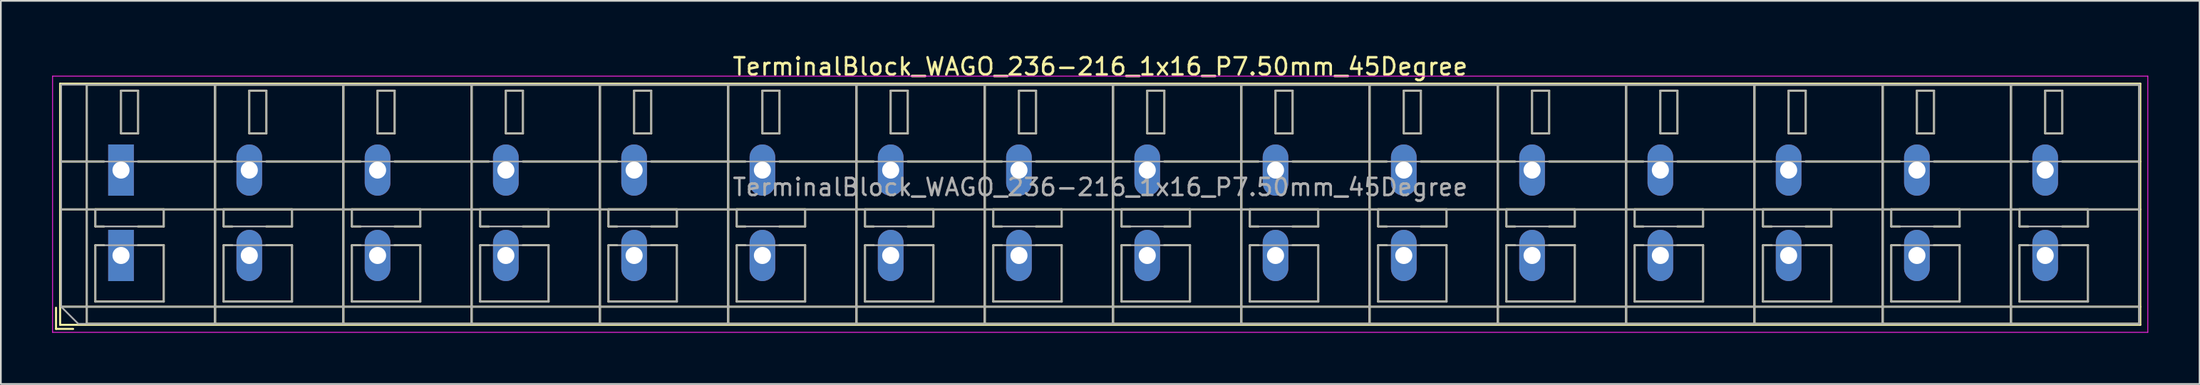
<source format=kicad_pcb>
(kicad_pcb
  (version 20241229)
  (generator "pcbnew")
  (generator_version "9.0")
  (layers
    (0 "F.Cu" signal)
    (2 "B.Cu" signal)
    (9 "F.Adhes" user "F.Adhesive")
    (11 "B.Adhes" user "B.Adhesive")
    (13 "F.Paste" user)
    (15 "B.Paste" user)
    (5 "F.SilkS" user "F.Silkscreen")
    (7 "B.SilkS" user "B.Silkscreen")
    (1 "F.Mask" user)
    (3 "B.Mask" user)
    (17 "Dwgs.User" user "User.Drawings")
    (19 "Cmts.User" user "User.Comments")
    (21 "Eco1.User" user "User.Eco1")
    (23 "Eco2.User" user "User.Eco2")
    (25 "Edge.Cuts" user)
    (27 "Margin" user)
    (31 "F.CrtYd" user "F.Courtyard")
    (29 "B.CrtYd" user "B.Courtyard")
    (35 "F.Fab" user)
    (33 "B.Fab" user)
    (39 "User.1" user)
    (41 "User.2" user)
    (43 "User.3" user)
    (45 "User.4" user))
  (footprint "TerminalBlock_WAGO_236-216_1x16_P7.50mm_45Degree"
    (layer "F.Cu")
    (at 4.025 11.908)
    (property "Reference" "TerminalBlock_WAGO_236-216_1x16_P7.50mm_45Degree" (at 57.25 -11.06 0) (layer "F.SilkS") (effects (font (size 1 1) (thickness 0.15))))
    (attr through_hole)
    (fp_line (start -3.8 3.06) (end -3.8 4.3) (stroke (width 0.12) (type solid)) (layer "F.SilkS"))
    (fp_line (start -3.8 4.3) (end -2.8 4.3) (stroke (width 0.12) (type solid)) (layer "F.SilkS"))
    (fp_line (start -3.56 -10.06) (end -3.56 4.06) (stroke (width 0.12) (type solid)) (layer "F.SilkS"))
    (fp_line (start -3.56 -10.06) (end 118.06 -10.06) (stroke (width 0.12) (type solid)) (layer "F.SilkS"))
    (fp_line (start -3.56 -5.5) (end -0.99 -5.5) (stroke (width 0.12) (type solid)) (layer "F.SilkS"))
    (fp_line (start -3.56 -2.7) (end 118.06 -2.7) (stroke (width 0.12) (type solid)) (layer "F.SilkS"))
    (fp_line (start -3.56 3) (end 118.06 3) (stroke (width 0.12) (type solid)) (layer "F.SilkS"))
    (fp_line (start -3.56 4.06) (end 118.06 4.06) (stroke (width 0.12) (type solid)) (layer "F.SilkS"))
    (fp_line (start -2 -10) (end -2 4) (stroke (width 0.12) (type solid)) (layer "F.SilkS"))
    (fp_line (start -2 -10) (end 5.5 -10) (stroke (width 0.12) (type solid)) (layer "F.SilkS"))
    (fp_line (start -2 4) (end 5.5 4) (stroke (width 0.12) (type solid)) (layer "F.SilkS"))
    (fp_line (start -1.5 -2.7) (end -1.5 -1.701) (stroke (width 0.12) (type solid)) (layer "F.SilkS"))
    (fp_line (start -1.5 -2.7) (end 2.5 -2.7) (stroke (width 0.12) (type solid)) (layer "F.SilkS"))
    (fp_line (start -1.5 -1.701) (end -0.99 -1.701) (stroke (width 0.12) (type solid)) (layer "F.SilkS"))
    (fp_line (start -1.5 -0.6) (end -1.5 2.7) (stroke (width 0.12) (type solid)) (layer "F.SilkS"))
    (fp_line (start -1.5 -0.6) (end -0.99 -0.6) (stroke (width 0.12) (type solid)) (layer "F.SilkS"))
    (fp_line (start -1.5 2.7) (end 2.5 2.7) (stroke (width 0.12) (type solid)) (layer "F.SilkS"))
    (fp_line (start 0 -9.65) (end 0 -7.15) (stroke (width 0.12) (type solid)) (layer "F.SilkS"))
    (fp_line (start 0 -9.65) (end 1 -9.65) (stroke (width 0.12) (type solid)) (layer "F.SilkS"))
    (fp_line (start 0 -7.15) (end 1 -7.15) (stroke (width 0.12) (type solid)) (layer "F.SilkS"))
    (fp_line (start 0.99 -5.5) (end 6.51 -5.5) (stroke (width 0.12) (type solid)) (layer "F.SilkS"))
    (fp_line (start 0.99 -1.701) (end 2.5 -1.701) (stroke (width 0.12) (type solid)) (layer "F.SilkS"))
    (fp_line (start 0.99 -0.6) (end 2.5 -0.6) (stroke (width 0.12) (type solid)) (layer "F.SilkS"))
    (fp_line (start 1 -9.65) (end 1 -7.15) (stroke (width 0.12) (type solid)) (layer "F.SilkS"))
    (fp_line (start 2.5 -2.7) (end 2.5 -1.701) (stroke (width 0.12) (type solid)) (layer "F.SilkS"))
    (fp_line (start 2.5 -0.6) (end 2.5 2.7) (stroke (width 0.12) (type solid)) (layer "F.SilkS"))
    (fp_line (start 5.5 -10) (end 5.5 4) (stroke (width 0.12) (type solid)) (layer "F.SilkS"))
    (fp_line (start 5.5 -10) (end 5.5 4) (stroke (width 0.12) (type solid)) (layer "F.SilkS"))
    (fp_line (start 5.5 -10) (end 13 -10) (stroke (width 0.12) (type solid)) (layer "F.SilkS"))
    (fp_line (start 5.5 4) (end 13 4) (stroke (width 0.12) (type solid)) (layer "F.SilkS"))
    (fp_line (start 6 -2.7) (end 6 -1.701) (stroke (width 0.12) (type solid)) (layer "F.SilkS"))
    (fp_line (start 6 -2.7) (end 10 -2.7) (stroke (width 0.12) (type solid)) (layer "F.SilkS"))
    (fp_line (start 6 -1.701) (end 6.51 -1.701) (stroke (width 0.12) (type solid)) (layer "F.SilkS"))
    (fp_line (start 6 -0.6) (end 6 2.7) (stroke (width 0.12) (type solid)) (layer "F.SilkS"))
    (fp_line (start 6 -0.6) (end 6.51 -0.6) (stroke (width 0.12) (type solid)) (layer "F.SilkS"))
    (fp_line (start 6 2.7) (end 10 2.7) (stroke (width 0.12) (type solid)) (layer "F.SilkS"))
    (fp_line (start 7.5 -9.65) (end 7.5 -7.15) (stroke (width 0.12) (type solid)) (layer "F.SilkS"))
    (fp_line (start 7.5 -9.65) (end 8.5 -9.65) (stroke (width 0.12) (type solid)) (layer "F.SilkS"))
    (fp_line (start 7.5 -7.15) (end 8.5 -7.15) (stroke (width 0.12) (type solid)) (layer "F.SilkS"))
    (fp_line (start 8.49 -5.5) (end 14.01 -5.5) (stroke (width 0.12) (type solid)) (layer "F.SilkS"))
    (fp_line (start 8.49 -1.701) (end 10 -1.701) (stroke (width 0.12) (type solid)) (layer "F.SilkS"))
    (fp_line (start 8.49 -0.6) (end 10 -0.6) (stroke (width 0.12) (type solid)) (layer "F.SilkS"))
    (fp_line (start 8.5 -9.65) (end 8.5 -7.15) (stroke (width 0.12) (type solid)) (layer "F.SilkS"))
    (fp_line (start 10 -2.7) (end 10 -1.701) (stroke (width 0.12) (type solid)) (layer "F.SilkS"))
    (fp_line (start 10 -0.6) (end 10 2.7) (stroke (width 0.12) (type solid)) (layer "F.SilkS"))
    (fp_line (start 13 -10) (end 13 4) (stroke (width 0.12) (type solid)) (layer "F.SilkS"))
    (fp_line (start 13 -10) (end 13 4) (stroke (width 0.12) (type solid)) (layer "F.SilkS"))
    (fp_line (start 13 -10) (end 20.5 -10) (stroke (width 0.12) (type solid)) (layer "F.SilkS"))
    (fp_line (start 13 4) (end 20.5 4) (stroke (width 0.12) (type solid)) (layer "F.SilkS"))
    (fp_line (start 13.5 -2.7) (end 13.5 -1.701) (stroke (width 0.12) (type solid)) (layer "F.SilkS"))
    (fp_line (start 13.5 -2.7) (end 17.5 -2.7) (stroke (width 0.12) (type solid)) (layer "F.SilkS"))
    (fp_line (start 13.5 -1.701) (end 14.01 -1.701) (stroke (width 0.12) (type solid)) (layer "F.SilkS"))
    (fp_line (start 13.5 -0.6) (end 13.5 2.7) (stroke (width 0.12) (type solid)) (layer "F.SilkS"))
    (fp_line (start 13.5 -0.6) (end 14.01 -0.6) (stroke (width 0.12) (type solid)) (layer "F.SilkS"))
    (fp_line (start 13.5 2.7) (end 17.5 2.7) (stroke (width 0.12) (type solid)) (layer "F.SilkS"))
    (fp_line (start 15 -9.65) (end 15 -7.15) (stroke (width 0.12) (type solid)) (layer "F.SilkS"))
    (fp_line (start 15 -9.65) (end 16 -9.65) (stroke (width 0.12) (type solid)) (layer "F.SilkS"))
    (fp_line (start 15 -7.15) (end 16 -7.15) (stroke (width 0.12) (type solid)) (layer "F.SilkS"))
    (fp_line (start 15.99 -5.5) (end 21.51 -5.5) (stroke (width 0.12) (type solid)) (layer "F.SilkS"))
    (fp_line (start 15.99 -1.701) (end 17.5 -1.701) (stroke (width 0.12) (type solid)) (layer "F.SilkS"))
    (fp_line (start 15.99 -0.6) (end 17.5 -0.6) (stroke (width 0.12) (type solid)) (layer "F.SilkS"))
    (fp_line (start 16 -9.65) (end 16 -7.15) (stroke (width 0.12) (type solid)) (layer "F.SilkS"))
    (fp_line (start 17.5 -2.7) (end 17.5 -1.701) (stroke (width 0.12) (type solid)) (layer "F.SilkS"))
    (fp_line (start 17.5 -0.6) (end 17.5 2.7) (stroke (width 0.12) (type solid)) (layer "F.SilkS"))
    (fp_line (start 20.5 -10) (end 20.5 4) (stroke (width 0.12) (type solid)) (layer "F.SilkS"))
    (fp_line (start 20.5 -10) (end 20.5 4) (stroke (width 0.12) (type solid)) (layer "F.SilkS"))
    (fp_line (start 20.5 -10) (end 28 -10) (stroke (width 0.12) (type solid)) (layer "F.SilkS"))
    (fp_line (start 20.5 4) (end 28 4) (stroke (width 0.12) (type solid)) (layer "F.SilkS"))
    (fp_line (start 21 -2.7) (end 21 -1.701) (stroke (width 0.12) (type solid)) (layer "F.SilkS"))
    (fp_line (start 21 -2.7) (end 25 -2.7) (stroke (width 0.12) (type solid)) (layer "F.SilkS"))
    (fp_line (start 21 -1.701) (end 21.51 -1.701) (stroke (width 0.12) (type solid)) (layer "F.SilkS"))
    (fp_line (start 21 -0.6) (end 21 2.7) (stroke (width 0.12) (type solid)) (layer "F.SilkS"))
    (fp_line (start 21 -0.6) (end 21.51 -0.6) (stroke (width 0.12) (type solid)) (layer "F.SilkS"))
    (fp_line (start 21 2.7) (end 25 2.7) (stroke (width 0.12) (type solid)) (layer "F.SilkS"))
    (fp_line (start 22.5 -9.65) (end 22.5 -7.15) (stroke (width 0.12) (type solid)) (layer "F.SilkS"))
    (fp_line (start 22.5 -9.65) (end 23.5 -9.65) (stroke (width 0.12) (type solid)) (layer "F.SilkS"))
    (fp_line (start 22.5 -7.15) (end 23.5 -7.15) (stroke (width 0.12) (type solid)) (layer "F.SilkS"))
    (fp_line (start 23.49 -5.5) (end 29.01 -5.5) (stroke (width 0.12) (type solid)) (layer "F.SilkS"))
    (fp_line (start 23.49 -1.701) (end 25 -1.701) (stroke (width 0.12) (type solid)) (layer "F.SilkS"))
    (fp_line (start 23.49 -0.6) (end 25 -0.6) (stroke (width 0.12) (type solid)) (layer "F.SilkS"))
    (fp_line (start 23.5 -9.65) (end 23.5 -7.15) (stroke (width 0.12) (type solid)) (layer "F.SilkS"))
    (fp_line (start 25 -2.7) (end 25 -1.701) (stroke (width 0.12) (type solid)) (layer "F.SilkS"))
    (fp_line (start 25 -0.6) (end 25 2.7) (stroke (width 0.12) (type solid)) (layer "F.SilkS"))
    (fp_line (start 28 -10) (end 28 4) (stroke (width 0.12) (type solid)) (layer "F.SilkS"))
    (fp_line (start 28 -10) (end 28 4) (stroke (width 0.12) (type solid)) (layer "F.SilkS"))
    (fp_line (start 28 -10) (end 35.5 -10) (stroke (width 0.12) (type solid)) (layer "F.SilkS"))
    (fp_line (start 28 4) (end 35.5 4) (stroke (width 0.12) (type solid)) (layer "F.SilkS"))
    (fp_line (start 28.5 -2.7) (end 28.5 -1.701) (stroke (width 0.12) (type solid)) (layer "F.SilkS"))
    (fp_line (start 28.5 -2.7) (end 32.5 -2.7) (stroke (width 0.12) (type solid)) (layer "F.SilkS"))
    (fp_line (start 28.5 -1.701) (end 29.01 -1.701) (stroke (width 0.12) (type solid)) (layer "F.SilkS"))
    (fp_line (start 28.5 -0.6) (end 28.5 2.7) (stroke (width 0.12) (type solid)) (layer "F.SilkS"))
    (fp_line (start 28.5 -0.6) (end 29.01 -0.6) (stroke (width 0.12) (type solid)) (layer "F.SilkS"))
    (fp_line (start 28.5 2.7) (end 32.5 2.7) (stroke (width 0.12) (type solid)) (layer "F.SilkS"))
    (fp_line (start 30 -9.65) (end 30 -7.15) (stroke (width 0.12) (type solid)) (layer "F.SilkS"))
    (fp_line (start 30 -9.65) (end 31 -9.65) (stroke (width 0.12) (type solid)) (layer "F.SilkS"))
    (fp_line (start 30 -7.15) (end 31 -7.15) (stroke (width 0.12) (type solid)) (layer "F.SilkS"))
    (fp_line (start 30.99 -5.5) (end 36.51 -5.5) (stroke (width 0.12) (type solid)) (layer "F.SilkS"))
    (fp_line (start 30.99 -1.701) (end 32.5 -1.701) (stroke (width 0.12) (type solid)) (layer "F.SilkS"))
    (fp_line (start 30.99 -0.6) (end 32.5 -0.6) (stroke (width 0.12) (type solid)) (layer "F.SilkS"))
    (fp_line (start 31 -9.65) (end 31 -7.15) (stroke (width 0.12) (type solid)) (layer "F.SilkS"))
    (fp_line (start 32.5 -2.7) (end 32.5 -1.701) (stroke (width 0.12) (type solid)) (layer "F.SilkS"))
    (fp_line (start 32.5 -0.6) (end 32.5 2.7) (stroke (width 0.12) (type solid)) (layer "F.SilkS"))
    (fp_line (start 35.5 -10) (end 35.5 4) (stroke (width 0.12) (type solid)) (layer "F.SilkS"))
    (fp_line (start 35.5 -10) (end 35.5 4) (stroke (width 0.12) (type solid)) (layer "F.SilkS"))
    (fp_line (start 35.5 -10) (end 43 -10) (stroke (width 0.12) (type solid)) (layer "F.SilkS"))
    (fp_line (start 35.5 4) (end 43 4) (stroke (width 0.12) (type solid)) (layer "F.SilkS"))
    (fp_line (start 36 -2.7) (end 36 -1.701) (stroke (width 0.12) (type solid)) (layer "F.SilkS"))
    (fp_line (start 36 -2.7) (end 40 -2.7) (stroke (width 0.12) (type solid)) (layer "F.SilkS"))
    (fp_line (start 36 -1.701) (end 36.51 -1.701) (stroke (width 0.12) (type solid)) (layer "F.SilkS"))
    (fp_line (start 36 -0.6) (end 36 2.7) (stroke (width 0.12) (type solid)) (layer "F.SilkS"))
    (fp_line (start 36 -0.6) (end 36.51 -0.6) (stroke (width 0.12) (type solid)) (layer "F.SilkS"))
    (fp_line (start 36 2.7) (end 40 2.7) (stroke (width 0.12) (type solid)) (layer "F.SilkS"))
    (fp_line (start 37.5 -9.65) (end 37.5 -7.15) (stroke (width 0.12) (type solid)) (layer "F.SilkS"))
    (fp_line (start 37.5 -9.65) (end 38.5 -9.65) (stroke (width 0.12) (type solid)) (layer "F.SilkS"))
    (fp_line (start 37.5 -7.15) (end 38.5 -7.15) (stroke (width 0.12) (type solid)) (layer "F.SilkS"))
    (fp_line (start 38.49 -5.5) (end 44.01 -5.5) (stroke (width 0.12) (type solid)) (layer "F.SilkS"))
    (fp_line (start 38.49 -1.701) (end 40 -1.701) (stroke (width 0.12) (type solid)) (layer "F.SilkS"))
    (fp_line (start 38.49 -0.6) (end 40 -0.6) (stroke (width 0.12) (type solid)) (layer "F.SilkS"))
    (fp_line (start 38.5 -9.65) (end 38.5 -7.15) (stroke (width 0.12) (type solid)) (layer "F.SilkS"))
    (fp_line (start 40 -2.7) (end 40 -1.701) (stroke (width 0.12) (type solid)) (layer "F.SilkS"))
    (fp_line (start 40 -0.6) (end 40 2.7) (stroke (width 0.12) (type solid)) (layer "F.SilkS"))
    (fp_line (start 43 -10) (end 43 4) (stroke (width 0.12) (type solid)) (layer "F.SilkS"))
    (fp_line (start 43 -10) (end 43 4) (stroke (width 0.12) (type solid)) (layer "F.SilkS"))
    (fp_line (start 43 -10) (end 50.5 -10) (stroke (width 0.12) (type solid)) (layer "F.SilkS"))
    (fp_line (start 43 4) (end 50.5 4) (stroke (width 0.12) (type solid)) (layer "F.SilkS"))
    (fp_line (start 43.5 -2.7) (end 43.5 -1.701) (stroke (width 0.12) (type solid)) (layer "F.SilkS"))
    (fp_line (start 43.5 -2.7) (end 47.5 -2.7) (stroke (width 0.12) (type solid)) (layer "F.SilkS"))
    (fp_line (start 43.5 -1.701) (end 44.01 -1.701) (stroke (width 0.12) (type solid)) (layer "F.SilkS"))
    (fp_line (start 43.5 -0.6) (end 43.5 2.7) (stroke (width 0.12) (type solid)) (layer "F.SilkS"))
    (fp_line (start 43.5 -0.6) (end 44.01 -0.6) (stroke (width 0.12) (type solid)) (layer "F.SilkS"))
    (fp_line (start 43.5 2.7) (end 47.5 2.7) (stroke (width 0.12) (type solid)) (layer "F.SilkS"))
    (fp_line (start 45 -9.65) (end 45 -7.15) (stroke (width 0.12) (type solid)) (layer "F.SilkS"))
    (fp_line (start 45 -9.65) (end 46 -9.65) (stroke (width 0.12) (type solid)) (layer "F.SilkS"))
    (fp_line (start 45 -7.15) (end 46 -7.15) (stroke (width 0.12) (type solid)) (layer "F.SilkS"))
    (fp_line (start 45.99 -5.5) (end 51.51 -5.5) (stroke (width 0.12) (type solid)) (layer "F.SilkS"))
    (fp_line (start 45.99 -1.701) (end 47.5 -1.701) (stroke (width 0.12) (type solid)) (layer "F.SilkS"))
    (fp_line (start 45.99 -0.6) (end 47.5 -0.6) (stroke (width 0.12) (type solid)) (layer "F.SilkS"))
    (fp_line (start 46 -9.65) (end 46 -7.15) (stroke (width 0.12) (type solid)) (layer "F.SilkS"))
    (fp_line (start 47.5 -2.7) (end 47.5 -1.701) (stroke (width 0.12) (type solid)) (layer "F.SilkS"))
    (fp_line (start 47.5 -0.6) (end 47.5 2.7) (stroke (width 0.12) (type solid)) (layer "F.SilkS"))
    (fp_line (start 50.5 -10) (end 50.5 4) (stroke (width 0.12) (type solid)) (layer "F.SilkS"))
    (fp_line (start 50.5 -10) (end 50.5 4) (stroke (width 0.12) (type solid)) (layer "F.SilkS"))
    (fp_line (start 50.5 -10) (end 58 -10) (stroke (width 0.12) (type solid)) (layer "F.SilkS"))
    (fp_line (start 50.5 4) (end 58 4) (stroke (width 0.12) (type solid)) (layer "F.SilkS"))
    (fp_line (start 51 -2.7) (end 51 -1.701) (stroke (width 0.12) (type solid)) (layer "F.SilkS"))
    (fp_line (start 51 -2.7) (end 55 -2.7) (stroke (width 0.12) (type solid)) (layer "F.SilkS"))
    (fp_line (start 51 -1.701) (end 51.51 -1.701) (stroke (width 0.12) (type solid)) (layer "F.SilkS"))
    (fp_line (start 51 -0.6) (end 51 2.7) (stroke (width 0.12) (type solid)) (layer "F.SilkS"))
    (fp_line (start 51 -0.6) (end 51.51 -0.6) (stroke (width 0.12) (type solid)) (layer "F.SilkS"))
    (fp_line (start 51 2.7) (end 55 2.7) (stroke (width 0.12) (type solid)) (layer "F.SilkS"))
    (fp_line (start 52.5 -9.65) (end 52.5 -7.15) (stroke (width 0.12) (type solid)) (layer "F.SilkS"))
    (fp_line (start 52.5 -9.65) (end 53.5 -9.65) (stroke (width 0.12) (type solid)) (layer "F.SilkS"))
    (fp_line (start 52.5 -7.15) (end 53.5 -7.15) (stroke (width 0.12) (type solid)) (layer "F.SilkS"))
    (fp_line (start 53.49 -5.5) (end 59.01 -5.5) (stroke (width 0.12) (type solid)) (layer "F.SilkS"))
    (fp_line (start 53.49 -1.701) (end 55 -1.701) (stroke (width 0.12) (type solid)) (layer "F.SilkS"))
    (fp_line (start 53.49 -0.6) (end 55 -0.6) (stroke (width 0.12) (type solid)) (layer "F.SilkS"))
    (fp_line (start 53.5 -9.65) (end 53.5 -7.15) (stroke (width 0.12) (type solid)) (layer "F.SilkS"))
    (fp_line (start 55 -2.7) (end 55 -1.701) (stroke (width 0.12) (type solid)) (layer "F.SilkS"))
    (fp_line (start 55 -0.6) (end 55 2.7) (stroke (width 0.12) (type solid)) (layer "F.SilkS"))
    (fp_line (start 58 -10) (end 58 4) (stroke (width 0.12) (type solid)) (layer "F.SilkS"))
    (fp_line (start 58 -10) (end 58 4) (stroke (width 0.12) (type solid)) (layer "F.SilkS"))
    (fp_line (start 58 -10) (end 65.5 -10) (stroke (width 0.12) (type solid)) (layer "F.SilkS"))
    (fp_line (start 58 4) (end 65.5 4) (stroke (width 0.12) (type solid)) (layer "F.SilkS"))
    (fp_line (start 58.5 -2.7) (end 58.5 -1.701) (stroke (width 0.12) (type solid)) (layer "F.SilkS"))
    (fp_line (start 58.5 -2.7) (end 62.5 -2.7) (stroke (width 0.12) (type solid)) (layer "F.SilkS"))
    (fp_line (start 58.5 -1.701) (end 59.01 -1.701) (stroke (width 0.12) (type solid)) (layer "F.SilkS"))
    (fp_line (start 58.5 -0.6) (end 58.5 2.7) (stroke (width 0.12) (type solid)) (layer "F.SilkS"))
    (fp_line (start 58.5 -0.6) (end 59.01 -0.6) (stroke (width 0.12) (type solid)) (layer "F.SilkS"))
    (fp_line (start 58.5 2.7) (end 62.5 2.7) (stroke (width 0.12) (type solid)) (layer "F.SilkS"))
    (fp_line (start 60 -9.65) (end 60 -7.15) (stroke (width 0.12) (type solid)) (layer "F.SilkS"))
    (fp_line (start 60 -9.65) (end 61 -9.65) (stroke (width 0.12) (type solid)) (layer "F.SilkS"))
    (fp_line (start 60 -7.15) (end 61 -7.15) (stroke (width 0.12) (type solid)) (layer "F.SilkS"))
    (fp_line (start 60.99 -5.5) (end 66.51 -5.5) (stroke (width 0.12) (type solid)) (layer "F.SilkS"))
    (fp_line (start 60.99 -1.701) (end 62.5 -1.701) (stroke (width 0.12) (type solid)) (layer "F.SilkS"))
    (fp_line (start 60.99 -0.6) (end 62.5 -0.6) (stroke (width 0.12) (type solid)) (layer "F.SilkS"))
    (fp_line (start 61 -9.65) (end 61 -7.15) (stroke (width 0.12) (type solid)) (layer "F.SilkS"))
    (fp_line (start 62.5 -2.7) (end 62.5 -1.701) (stroke (width 0.12) (type solid)) (layer "F.SilkS"))
    (fp_line (start 62.5 -0.6) (end 62.5 2.7) (stroke (width 0.12) (type solid)) (layer "F.SilkS"))
    (fp_line (start 65.5 -10) (end 65.5 4) (stroke (width 0.12) (type solid)) (layer "F.SilkS"))
    (fp_line (start 65.5 -10) (end 65.5 4) (stroke (width 0.12) (type solid)) (layer "F.SilkS"))
    (fp_line (start 65.5 -10) (end 73 -10) (stroke (width 0.12) (type solid)) (layer "F.SilkS"))
    (fp_line (start 65.5 4) (end 73 4) (stroke (width 0.12) (type solid)) (layer "F.SilkS"))
    (fp_line (start 66 -2.7) (end 66 -1.701) (stroke (width 0.12) (type solid)) (layer "F.SilkS"))
    (fp_line (start 66 -2.7) (end 70 -2.7) (stroke (width 0.12) (type solid)) (layer "F.SilkS"))
    (fp_line (start 66 -1.701) (end 66.51 -1.701) (stroke (width 0.12) (type solid)) (layer "F.SilkS"))
    (fp_line (start 66 -0.6) (end 66 2.7) (stroke (width 0.12) (type solid)) (layer "F.SilkS"))
    (fp_line (start 66 -0.6) (end 66.51 -0.6) (stroke (width 0.12) (type solid)) (layer "F.SilkS"))
    (fp_line (start 66 2.7) (end 70 2.7) (stroke (width 0.12) (type solid)) (layer "F.SilkS"))
    (fp_line (start 67.5 -9.65) (end 67.5 -7.15) (stroke (width 0.12) (type solid)) (layer "F.SilkS"))
    (fp_line (start 67.5 -9.65) (end 68.5 -9.65) (stroke (width 0.12) (type solid)) (layer "F.SilkS"))
    (fp_line (start 67.5 -7.15) (end 68.5 -7.15) (stroke (width 0.12) (type solid)) (layer "F.SilkS"))
    (fp_line (start 68.49 -5.5) (end 74.01 -5.5) (stroke (width 0.12) (type solid)) (layer "F.SilkS"))
    (fp_line (start 68.49 -1.701) (end 70 -1.701) (stroke (width 0.12) (type solid)) (layer "F.SilkS"))
    (fp_line (start 68.49 -0.6) (end 70 -0.6) (stroke (width 0.12) (type solid)) (layer "F.SilkS"))
    (fp_line (start 68.5 -9.65) (end 68.5 -7.15) (stroke (width 0.12) (type solid)) (layer "F.SilkS"))
    (fp_line (start 70 -2.7) (end 70 -1.701) (stroke (width 0.12) (type solid)) (layer "F.SilkS"))
    (fp_line (start 70 -0.6) (end 70 2.7) (stroke (width 0.12) (type solid)) (layer "F.SilkS"))
    (fp_line (start 73 -10) (end 73 4) (stroke (width 0.12) (type solid)) (layer "F.SilkS"))
    (fp_line (start 73 -10) (end 73 4) (stroke (width 0.12) (type solid)) (layer "F.SilkS"))
    (fp_line (start 73 -10) (end 80.5 -10) (stroke (width 0.12) (type solid)) (layer "F.SilkS"))
    (fp_line (start 73 4) (end 80.5 4) (stroke (width 0.12) (type solid)) (layer "F.SilkS"))
    (fp_line (start 73.5 -2.7) (end 73.5 -1.701) (stroke (width 0.12) (type solid)) (layer "F.SilkS"))
    (fp_line (start 73.5 -2.7) (end 77.5 -2.7) (stroke (width 0.12) (type solid)) (layer "F.SilkS"))
    (fp_line (start 73.5 -1.701) (end 74.01 -1.701) (stroke (width 0.12) (type solid)) (layer "F.SilkS"))
    (fp_line (start 73.5 -0.6) (end 73.5 2.7) (stroke (width 0.12) (type solid)) (layer "F.SilkS"))
    (fp_line (start 73.5 -0.6) (end 74.01 -0.6) (stroke (width 0.12) (type solid)) (layer "F.SilkS"))
    (fp_line (start 73.5 2.7) (end 77.5 2.7) (stroke (width 0.12) (type solid)) (layer "F.SilkS"))
    (fp_line (start 75 -9.65) (end 75 -7.15) (stroke (width 0.12) (type solid)) (layer "F.SilkS"))
    (fp_line (start 75 -9.65) (end 76 -9.65) (stroke (width 0.12) (type solid)) (layer "F.SilkS"))
    (fp_line (start 75 -7.15) (end 76 -7.15) (stroke (width 0.12) (type solid)) (layer "F.SilkS"))
    (fp_line (start 75.99 -5.5) (end 81.51 -5.5) (stroke (width 0.12) (type solid)) (layer "F.SilkS"))
    (fp_line (start 75.99 -1.701) (end 77.5 -1.701) (stroke (width 0.12) (type solid)) (layer "F.SilkS"))
    (fp_line (start 75.99 -0.6) (end 77.5 -0.6) (stroke (width 0.12) (type solid)) (layer "F.SilkS"))
    (fp_line (start 76 -9.65) (end 76 -7.15) (stroke (width 0.12) (type solid)) (layer "F.SilkS"))
    (fp_line (start 77.5 -2.7) (end 77.5 -1.701) (stroke (width 0.12) (type solid)) (layer "F.SilkS"))
    (fp_line (start 77.5 -0.6) (end 77.5 2.7) (stroke (width 0.12) (type solid)) (layer "F.SilkS"))
    (fp_line (start 80.5 -10) (end 80.5 4) (stroke (width 0.12) (type solid)) (layer "F.SilkS"))
    (fp_line (start 80.5 -10) (end 80.5 4) (stroke (width 0.12) (type solid)) (layer "F.SilkS"))
    (fp_line (start 80.5 -10) (end 88 -10) (stroke (width 0.12) (type solid)) (layer "F.SilkS"))
    (fp_line (start 80.5 4) (end 88 4) (stroke (width 0.12) (type solid)) (layer "F.SilkS"))
    (fp_line (start 81 -2.7) (end 81 -1.701) (stroke (width 0.12) (type solid)) (layer "F.SilkS"))
    (fp_line (start 81 -2.7) (end 85 -2.7) (stroke (width 0.12) (type solid)) (layer "F.SilkS"))
    (fp_line (start 81 -1.701) (end 81.51 -1.701) (stroke (width 0.12) (type solid)) (layer "F.SilkS"))
    (fp_line (start 81 -0.6) (end 81 2.7) (stroke (width 0.12) (type solid)) (layer "F.SilkS"))
    (fp_line (start 81 -0.6) (end 81.51 -0.6) (stroke (width 0.12) (type solid)) (layer "F.SilkS"))
    (fp_line (start 81 2.7) (end 85 2.7) (stroke (width 0.12) (type solid)) (layer "F.SilkS"))
    (fp_line (start 82.5 -9.65) (end 82.5 -7.15) (stroke (width 0.12) (type solid)) (layer "F.SilkS"))
    (fp_line (start 82.5 -9.65) (end 83.5 -9.65) (stroke (width 0.12) (type solid)) (layer "F.SilkS"))
    (fp_line (start 82.5 -7.15) (end 83.5 -7.15) (stroke (width 0.12) (type solid)) (layer "F.SilkS"))
    (fp_line (start 83.49 -5.5) (end 89.01 -5.5) (stroke (width 0.12) (type solid)) (layer "F.SilkS"))
    (fp_line (start 83.49 -1.701) (end 85 -1.701) (stroke (width 0.12) (type solid)) (layer "F.SilkS"))
    (fp_line (start 83.49 -0.6) (end 85 -0.6) (stroke (width 0.12) (type solid)) (layer "F.SilkS"))
    (fp_line (start 83.5 -9.65) (end 83.5 -7.15) (stroke (width 0.12) (type solid)) (layer "F.SilkS"))
    (fp_line (start 85 -2.7) (end 85 -1.701) (stroke (width 0.12) (type solid)) (layer "F.SilkS"))
    (fp_line (start 85 -0.6) (end 85 2.7) (stroke (width 0.12) (type solid)) (layer "F.SilkS"))
    (fp_line (start 88 -10) (end 88 4) (stroke (width 0.12) (type solid)) (layer "F.SilkS"))
    (fp_line (start 88 -10) (end 88 4) (stroke (width 0.12) (type solid)) (layer "F.SilkS"))
    (fp_line (start 88 -10) (end 95.5 -10) (stroke (width 0.12) (type solid)) (layer "F.SilkS"))
    (fp_line (start 88 4) (end 95.5 4) (stroke (width 0.12) (type solid)) (layer "F.SilkS"))
    (fp_line (start 88.5 -2.7) (end 88.5 -1.701) (stroke (width 0.12) (type solid)) (layer "F.SilkS"))
    (fp_line (start 88.5 -2.7) (end 92.5 -2.7) (stroke (width 0.12) (type solid)) (layer "F.SilkS"))
    (fp_line (start 88.5 -1.701) (end 89.01 -1.701) (stroke (width 0.12) (type solid)) (layer "F.SilkS"))
    (fp_line (start 88.5 -0.6) (end 88.5 2.7) (stroke (width 0.12) (type solid)) (layer "F.SilkS"))
    (fp_line (start 88.5 -0.6) (end 89.01 -0.6) (stroke (width 0.12) (type solid)) (layer "F.SilkS"))
    (fp_line (start 88.5 2.7) (end 92.5 2.7) (stroke (width 0.12) (type solid)) (layer "F.SilkS"))
    (fp_line (start 90 -9.65) (end 90 -7.15) (stroke (width 0.12) (type solid)) (layer "F.SilkS"))
    (fp_line (start 90 -9.65) (end 91 -9.65) (stroke (width 0.12) (type solid)) (layer "F.SilkS"))
    (fp_line (start 90 -7.15) (end 91 -7.15) (stroke (width 0.12) (type solid)) (layer "F.SilkS"))
    (fp_line (start 90.99 -5.5) (end 96.51 -5.5) (stroke (width 0.12) (type solid)) (layer "F.SilkS"))
    (fp_line (start 90.99 -1.701) (end 92.5 -1.701) (stroke (width 0.12) (type solid)) (layer "F.SilkS"))
    (fp_line (start 90.99 -0.6) (end 92.5 -0.6) (stroke (width 0.12) (type solid)) (layer "F.SilkS"))
    (fp_line (start 91 -9.65) (end 91 -7.15) (stroke (width 0.12) (type solid)) (layer "F.SilkS"))
    (fp_line (start 92.5 -2.7) (end 92.5 -1.701) (stroke (width 0.12) (type solid)) (layer "F.SilkS"))
    (fp_line (start 92.5 -0.6) (end 92.5 2.7) (stroke (width 0.12) (type solid)) (layer "F.SilkS"))
    (fp_line (start 95.5 -10) (end 95.5 4) (stroke (width 0.12) (type solid)) (layer "F.SilkS"))
    (fp_line (start 95.5 -10) (end 95.5 4) (stroke (width 0.12) (type solid)) (layer "F.SilkS"))
    (fp_line (start 95.5 -10) (end 103 -10) (stroke (width 0.12) (type solid)) (layer "F.SilkS"))
    (fp_line (start 95.5 4) (end 103 4) (stroke (width 0.12) (type solid)) (layer "F.SilkS"))
    (fp_line (start 96 -2.7) (end 96 -1.701) (stroke (width 0.12) (type solid)) (layer "F.SilkS"))
    (fp_line (start 96 -2.7) (end 100 -2.7) (stroke (width 0.12) (type solid)) (layer "F.SilkS"))
    (fp_line (start 96 -1.701) (end 96.51 -1.701) (stroke (width 0.12) (type solid)) (layer "F.SilkS"))
    (fp_line (start 96 -0.6) (end 96 2.7) (stroke (width 0.12) (type solid)) (layer "F.SilkS"))
    (fp_line (start 96 -0.6) (end 96.51 -0.6) (stroke (width 0.12) (type solid)) (layer "F.SilkS"))
    (fp_line (start 96 2.7) (end 100 2.7) (stroke (width 0.12) (type solid)) (layer "F.SilkS"))
    (fp_line (start 97.5 -9.65) (end 97.5 -7.15) (stroke (width 0.12) (type solid)) (layer "F.SilkS"))
    (fp_line (start 97.5 -9.65) (end 98.5 -9.65) (stroke (width 0.12) (type solid)) (layer "F.SilkS"))
    (fp_line (start 97.5 -7.15) (end 98.5 -7.15) (stroke (width 0.12) (type solid)) (layer "F.SilkS"))
    (fp_line (start 98.49 -5.5) (end 104.01 -5.5) (stroke (width 0.12) (type solid)) (layer "F.SilkS"))
    (fp_line (start 98.49 -1.701) (end 100 -1.701) (stroke (width 0.12) (type solid)) (layer "F.SilkS"))
    (fp_line (start 98.49 -0.6) (end 100 -0.6) (stroke (width 0.12) (type solid)) (layer "F.SilkS"))
    (fp_line (start 98.5 -9.65) (end 98.5 -7.15) (stroke (width 0.12) (type solid)) (layer "F.SilkS"))
    (fp_line (start 100 -2.7) (end 100 -1.701) (stroke (width 0.12) (type solid)) (layer "F.SilkS"))
    (fp_line (start 100 -0.6) (end 100 2.7) (stroke (width 0.12) (type solid)) (layer "F.SilkS"))
    (fp_line (start 103 -10) (end 103 4) (stroke (width 0.12) (type solid)) (layer "F.SilkS"))
    (fp_line (start 103 -10) (end 103 4) (stroke (width 0.12) (type solid)) (layer "F.SilkS"))
    (fp_line (start 103 -10) (end 110.5 -10) (stroke (width 0.12) (type solid)) (layer "F.SilkS"))
    (fp_line (start 103 4) (end 110.5 4) (stroke (width 0.12) (type solid)) (layer "F.SilkS"))
    (fp_line (start 103.5 -2.7) (end 103.5 -1.701) (stroke (width 0.12) (type solid)) (layer "F.SilkS"))
    (fp_line (start 103.5 -2.7) (end 107.5 -2.7) (stroke (width 0.12) (type solid)) (layer "F.SilkS"))
    (fp_line (start 103.5 -1.701) (end 104.01 -1.701) (stroke (width 0.12) (type solid)) (layer "F.SilkS"))
    (fp_line (start 103.5 -0.6) (end 103.5 2.7) (stroke (width 0.12) (type solid)) (layer "F.SilkS"))
    (fp_line (start 103.5 -0.6) (end 104.01 -0.6) (stroke (width 0.12) (type solid)) (layer "F.SilkS"))
    (fp_line (start 103.5 2.7) (end 107.5 2.7) (stroke (width 0.12) (type solid)) (layer "F.SilkS"))
    (fp_line (start 105 -9.65) (end 105 -7.15) (stroke (width 0.12) (type solid)) (layer "F.SilkS"))
    (fp_line (start 105 -9.65) (end 106 -9.65) (stroke (width 0.12) (type solid)) (layer "F.SilkS"))
    (fp_line (start 105 -7.15) (end 106 -7.15) (stroke (width 0.12) (type solid)) (layer "F.SilkS"))
    (fp_line (start 105.99 -5.5) (end 111.51 -5.5) (stroke (width 0.12) (type solid)) (layer "F.SilkS"))
    (fp_line (start 105.99 -1.701) (end 107.5 -1.701) (stroke (width 0.12) (type solid)) (layer "F.SilkS"))
    (fp_line (start 105.99 -0.6) (end 107.5 -0.6) (stroke (width 0.12) (type solid)) (layer "F.SilkS"))
    (fp_line (start 106 -9.65) (end 106 -7.15) (stroke (width 0.12) (type solid)) (layer "F.SilkS"))
    (fp_line (start 107.5 -2.7) (end 107.5 -1.701) (stroke (width 0.12) (type solid)) (layer "F.SilkS"))
    (fp_line (start 107.5 -0.6) (end 107.5 2.7) (stroke (width 0.12) (type solid)) (layer "F.SilkS"))
    (fp_line (start 110.5 -10) (end 110.5 4) (stroke (width 0.12) (type solid)) (layer "F.SilkS"))
    (fp_line (start 110.5 -10) (end 110.5 4) (stroke (width 0.12) (type solid)) (layer "F.SilkS"))
    (fp_line (start 110.5 -10) (end 118 -10) (stroke (width 0.12) (type solid)) (layer "F.SilkS"))
    (fp_line (start 110.5 4) (end 118 4) (stroke (width 0.12) (type solid)) (layer "F.SilkS"))
    (fp_line (start 111 -2.7) (end 111 -1.701) (stroke (width 0.12) (type solid)) (layer "F.SilkS"))
    (fp_line (start 111 -2.7) (end 115 -2.7) (stroke (width 0.12) (type solid)) (layer "F.SilkS"))
    (fp_line (start 111 -1.701) (end 111.51 -1.701) (stroke (width 0.12) (type solid)) (layer "F.SilkS"))
    (fp_line (start 111 -0.6) (end 111 2.7) (stroke (width 0.12) (type solid)) (layer "F.SilkS"))
    (fp_line (start 111 -0.6) (end 111.51 -0.6) (stroke (width 0.12) (type solid)) (layer "F.SilkS"))
    (fp_line (start 111 2.7) (end 115 2.7) (stroke (width 0.12) (type solid)) (layer "F.SilkS"))
    (fp_line (start 112.5 -9.65) (end 112.5 -7.15) (stroke (width 0.12) (type solid)) (layer "F.SilkS"))
    (fp_line (start 112.5 -9.65) (end 113.5 -9.65) (stroke (width 0.12) (type solid)) (layer "F.SilkS"))
    (fp_line (start 112.5 -7.15) (end 113.5 -7.15) (stroke (width 0.12) (type solid)) (layer "F.SilkS"))
    (fp_line (start 113.49 -5.5) (end 118.06 -5.5) (stroke (width 0.12) (type solid)) (layer "F.SilkS"))
    (fp_line (start 113.49 -1.701) (end 115 -1.701) (stroke (width 0.12) (type solid)) (layer "F.SilkS"))
    (fp_line (start 113.49 -0.6) (end 115 -0.6) (stroke (width 0.12) (type solid)) (layer "F.SilkS"))
    (fp_line (start 113.5 -9.65) (end 113.5 -7.15) (stroke (width 0.12) (type solid)) (layer "F.SilkS"))
    (fp_line (start 115 -2.7) (end 115 -1.701) (stroke (width 0.12) (type solid)) (layer "F.SilkS"))
    (fp_line (start 115 -0.6) (end 115 2.7) (stroke (width 0.12) (type solid)) (layer "F.SilkS"))
    (fp_line (start 118 -10) (end 118 4) (stroke (width 0.12) (type solid)) (layer "F.SilkS"))
    (fp_line (start 118.06 -10.06) (end 118.06 4.06) (stroke (width 0.12) (type solid)) (layer "F.SilkS"))
    (fp_line (start -4 -10.5) (end -4 4.5) (stroke (width 0.05) (type solid)) (layer "F.CrtYd"))
    (fp_line (start -4 4.5) (end 118.5 4.5) (stroke (width 0.05) (type solid)) (layer "F.CrtYd"))
    (fp_line (start 118.5 -10.5) (end -4 -10.5) (stroke (width 0.05) (type solid)) (layer "F.CrtYd"))
    (fp_line (start 118.5 4.5) (end 118.5 -10.5) (stroke (width 0.05) (type solid)) (layer "F.CrtYd"))
    (fp_line (start -3.5 -10) (end 118 -10) (stroke (width 0.1) (type solid)) (layer "F.Fab"))
    (fp_line (start -3.5 -5.5) (end 118 -5.5) (stroke (width 0.1) (type solid)) (layer "F.Fab"))
    (fp_line (start -3.5 -2.7) (end 118 -2.7) (stroke (width 0.1) (type solid)) (layer "F.Fab"))
    (fp_line (start -3.5 3) (end -3.5 -10) (stroke (width 0.1) (type solid)) (layer "F.Fab"))
    (fp_line (start -3.5 3) (end 118 3) (stroke (width 0.1) (type solid)) (layer "F.Fab"))
    (fp_line (start -2.5 4) (end -3.5 3) (stroke (width 0.1) (type solid)) (layer "F.Fab"))
    (fp_line (start -2 -10) (end -2 4) (stroke (width 0.1) (type solid)) (layer "F.Fab"))
    (fp_line (start -2 4) (end 5.5 4) (stroke (width 0.1) (type solid)) (layer "F.Fab"))
    (fp_line (start -1.5 -2.7) (end -1.5 -1.7) (stroke (width 0.1) (type solid)) (layer "F.Fab"))
    (fp_line (start -1.5 -1.7) (end 2.5 -1.7) (stroke (width 0.1) (type solid)) (layer "F.Fab"))
    (fp_line (start -1.5 -0.6) (end -1.5 2.7) (stroke (width 0.1) (type solid)) (layer "F.Fab"))
    (fp_line (start -1.5 2.7) (end 2.5 2.7) (stroke (width 0.1) (type solid)) (layer "F.Fab"))
    (fp_line (start 0 -9.65) (end 0 -7.15) (stroke (width 0.1) (type solid)) (layer "F.Fab"))
    (fp_line (start 0 -7.15) (end 1 -7.15) (stroke (width 0.1) (type solid)) (layer "F.Fab"))
    (fp_line (start 1 -9.65) (end 0 -9.65) (stroke (width 0.1) (type solid)) (layer "F.Fab"))
    (fp_line (start 1 -7.15) (end 1 -9.65) (stroke (width 0.1) (type solid)) (layer "F.Fab"))
    (fp_line (start 2.5 -2.7) (end -1.5 -2.7) (stroke (width 0.1) (type solid)) (layer "F.Fab"))
    (fp_line (start 2.5 -1.7) (end 2.5 -2.7) (stroke (width 0.1) (type solid)) (layer "F.Fab"))
    (fp_line (start 2.5 -0.6) (end -1.5 -0.6) (stroke (width 0.1) (type solid)) (layer "F.Fab"))
    (fp_line (start 2.5 2.7) (end 2.5 -0.6) (stroke (width 0.1) (type solid)) (layer "F.Fab"))
    (fp_line (start 5.5 -10) (end -2 -10) (stroke (width 0.1) (type solid)) (layer "F.Fab"))
    (fp_line (start 5.5 -10) (end 5.5 4) (stroke (width 0.1) (type solid)) (layer "F.Fab"))
    (fp_line (start 5.5 4) (end 5.5 -10) (stroke (width 0.1) (type solid)) (layer "F.Fab"))
    (fp_line (start 5.5 4) (end 13 4) (stroke (width 0.1) (type solid)) (layer "F.Fab"))
    (fp_line (start 6 -2.7) (end 6 -1.7) (stroke (width 0.1) (type solid)) (layer "F.Fab"))
    (fp_line (start 6 -1.7) (end 10 -1.7) (stroke (width 0.1) (type solid)) (layer "F.Fab"))
    (fp_line (start 6 -0.6) (end 6 2.7) (stroke (width 0.1) (type solid)) (layer "F.Fab"))
    (fp_line (start 6 2.7) (end 10 2.7) (stroke (width 0.1) (type solid)) (layer "F.Fab"))
    (fp_line (start 7.5 -9.65) (end 7.5 -7.15) (stroke (width 0.1) (type solid)) (layer "F.Fab"))
    (fp_line (start 7.5 -7.15) (end 8.5 -7.15) (stroke (width 0.1) (type solid)) (layer "F.Fab"))
    (fp_line (start 8.5 -9.65) (end 7.5 -9.65) (stroke (width 0.1) (type solid)) (layer "F.Fab"))
    (fp_line (start 8.5 -7.15) (end 8.5 -9.65) (stroke (width 0.1) (type solid)) (layer "F.Fab"))
    (fp_line (start 10 -2.7) (end 6 -2.7) (stroke (width 0.1) (type solid)) (layer "F.Fab"))
    (fp_line (start 10 -1.7) (end 10 -2.7) (stroke (width 0.1) (type solid)) (layer "F.Fab"))
    (fp_line (start 10 -0.6) (end 6 -0.6) (stroke (width 0.1) (type solid)) (layer "F.Fab"))
    (fp_line (start 10 2.7) (end 10 -0.6) (stroke (width 0.1) (type solid)) (layer "F.Fab"))
    (fp_line (start 13 -10) (end 5.5 -10) (stroke (width 0.1) (type solid)) (layer "F.Fab"))
    (fp_line (start 13 -10) (end 13 4) (stroke (width 0.1) (type solid)) (layer "F.Fab"))
    (fp_line (start 13 4) (end 13 -10) (stroke (width 0.1) (type solid)) (layer "F.Fab"))
    (fp_line (start 13 4) (end 20.5 4) (stroke (width 0.1) (type solid)) (layer "F.Fab"))
    (fp_line (start 13.5 -2.7) (end 13.5 -1.7) (stroke (width 0.1) (type solid)) (layer "F.Fab"))
    (fp_line (start 13.5 -1.7) (end 17.5 -1.7) (stroke (width 0.1) (type solid)) (layer "F.Fab"))
    (fp_line (start 13.5 -0.6) (end 13.5 2.7) (stroke (width 0.1) (type solid)) (layer "F.Fab"))
    (fp_line (start 13.5 2.7) (end 17.5 2.7) (stroke (width 0.1) (type solid)) (layer "F.Fab"))
    (fp_line (start 15 -9.65) (end 15 -7.15) (stroke (width 0.1) (type solid)) (layer "F.Fab"))
    (fp_line (start 15 -7.15) (end 16 -7.15) (stroke (width 0.1) (type solid)) (layer "F.Fab"))
    (fp_line (start 16 -9.65) (end 15 -9.65) (stroke (width 0.1) (type solid)) (layer "F.Fab"))
    (fp_line (start 16 -7.15) (end 16 -9.65) (stroke (width 0.1) (type solid)) (layer "F.Fab"))
    (fp_line (start 17.5 -2.7) (end 13.5 -2.7) (stroke (width 0.1) (type solid)) (layer "F.Fab"))
    (fp_line (start 17.5 -1.7) (end 17.5 -2.7) (stroke (width 0.1) (type solid)) (layer "F.Fab"))
    (fp_line (start 17.5 -0.6) (end 13.5 -0.6) (stroke (width 0.1) (type solid)) (layer "F.Fab"))
    (fp_line (start 17.5 2.7) (end 17.5 -0.6) (stroke (width 0.1) (type solid)) (layer "F.Fab"))
    (fp_line (start 20.5 -10) (end 13 -10) (stroke (width 0.1) (type solid)) (layer "F.Fab"))
    (fp_line (start 20.5 -10) (end 20.5 4) (stroke (width 0.1) (type solid)) (layer "F.Fab"))
    (fp_line (start 20.5 4) (end 20.5 -10) (stroke (width 0.1) (type solid)) (layer "F.Fab"))
    (fp_line (start 20.5 4) (end 28 4) (stroke (width 0.1) (type solid)) (layer "F.Fab"))
    (fp_line (start 21 -2.7) (end 21 -1.7) (stroke (width 0.1) (type solid)) (layer "F.Fab"))
    (fp_line (start 21 -1.7) (end 25 -1.7) (stroke (width 0.1) (type solid)) (layer "F.Fab"))
    (fp_line (start 21 -0.6) (end 21 2.7) (stroke (width 0.1) (type solid)) (layer "F.Fab"))
    (fp_line (start 21 2.7) (end 25 2.7) (stroke (width 0.1) (type solid)) (layer "F.Fab"))
    (fp_line (start 22.5 -9.65) (end 22.5 -7.15) (stroke (width 0.1) (type solid)) (layer "F.Fab"))
    (fp_line (start 22.5 -7.15) (end 23.5 -7.15) (stroke (width 0.1) (type solid)) (layer "F.Fab"))
    (fp_line (start 23.5 -9.65) (end 22.5 -9.65) (stroke (width 0.1) (type solid)) (layer "F.Fab"))
    (fp_line (start 23.5 -7.15) (end 23.5 -9.65) (stroke (width 0.1) (type solid)) (layer "F.Fab"))
    (fp_line (start 25 -2.7) (end 21 -2.7) (stroke (width 0.1) (type solid)) (layer "F.Fab"))
    (fp_line (start 25 -1.7) (end 25 -2.7) (stroke (width 0.1) (type solid)) (layer "F.Fab"))
    (fp_line (start 25 -0.6) (end 21 -0.6) (stroke (width 0.1) (type solid)) (layer "F.Fab"))
    (fp_line (start 25 2.7) (end 25 -0.6) (stroke (width 0.1) (type solid)) (layer "F.Fab"))
    (fp_line (start 28 -10) (end 20.5 -10) (stroke (width 0.1) (type solid)) (layer "F.Fab"))
    (fp_line (start 28 -10) (end 28 4) (stroke (width 0.1) (type solid)) (layer "F.Fab"))
    (fp_line (start 28 4) (end 28 -10) (stroke (width 0.1) (type solid)) (layer "F.Fab"))
    (fp_line (start 28 4) (end 35.5 4) (stroke (width 0.1) (type solid)) (layer "F.Fab"))
    (fp_line (start 28.5 -2.7) (end 28.5 -1.7) (stroke (width 0.1) (type solid)) (layer "F.Fab"))
    (fp_line (start 28.5 -1.7) (end 32.5 -1.7) (stroke (width 0.1) (type solid)) (layer "F.Fab"))
    (fp_line (start 28.5 -0.6) (end 28.5 2.7) (stroke (width 0.1) (type solid)) (layer "F.Fab"))
    (fp_line (start 28.5 2.7) (end 32.5 2.7) (stroke (width 0.1) (type solid)) (layer "F.Fab"))
    (fp_line (start 30 -9.65) (end 30 -7.15) (stroke (width 0.1) (type solid)) (layer "F.Fab"))
    (fp_line (start 30 -7.15) (end 31 -7.15) (stroke (width 0.1) (type solid)) (layer "F.Fab"))
    (fp_line (start 31 -9.65) (end 30 -9.65) (stroke (width 0.1) (type solid)) (layer "F.Fab"))
    (fp_line (start 31 -7.15) (end 31 -9.65) (stroke (width 0.1) (type solid)) (layer "F.Fab"))
    (fp_line (start 32.5 -2.7) (end 28.5 -2.7) (stroke (width 0.1) (type solid)) (layer "F.Fab"))
    (fp_line (start 32.5 -1.7) (end 32.5 -2.7) (stroke (width 0.1) (type solid)) (layer "F.Fab"))
    (fp_line (start 32.5 -0.6) (end 28.5 -0.6) (stroke (width 0.1) (type solid)) (layer "F.Fab"))
    (fp_line (start 32.5 2.7) (end 32.5 -0.6) (stroke (width 0.1) (type solid)) (layer "F.Fab"))
    (fp_line (start 35.5 -10) (end 28 -10) (stroke (width 0.1) (type solid)) (layer "F.Fab"))
    (fp_line (start 35.5 -10) (end 35.5 4) (stroke (width 0.1) (type solid)) (layer "F.Fab"))
    (fp_line (start 35.5 4) (end 35.5 -10) (stroke (width 0.1) (type solid)) (layer "F.Fab"))
    (fp_line (start 35.5 4) (end 43 4) (stroke (width 0.1) (type solid)) (layer "F.Fab"))
    (fp_line (start 36 -2.7) (end 36 -1.7) (stroke (width 0.1) (type solid)) (layer "F.Fab"))
    (fp_line (start 36 -1.7) (end 40 -1.7) (stroke (width 0.1) (type solid)) (layer "F.Fab"))
    (fp_line (start 36 -0.6) (end 36 2.7) (stroke (width 0.1) (type solid)) (layer "F.Fab"))
    (fp_line (start 36 2.7) (end 40 2.7) (stroke (width 0.1) (type solid)) (layer "F.Fab"))
    (fp_line (start 37.5 -9.65) (end 37.5 -7.15) (stroke (width 0.1) (type solid)) (layer "F.Fab"))
    (fp_line (start 37.5 -7.15) (end 38.5 -7.15) (stroke (width 0.1) (type solid)) (layer "F.Fab"))
    (fp_line (start 38.5 -9.65) (end 37.5 -9.65) (stroke (width 0.1) (type solid)) (layer "F.Fab"))
    (fp_line (start 38.5 -7.15) (end 38.5 -9.65) (stroke (width 0.1) (type solid)) (layer "F.Fab"))
    (fp_line (start 40 -2.7) (end 36 -2.7) (stroke (width 0.1) (type solid)) (layer "F.Fab"))
    (fp_line (start 40 -1.7) (end 40 -2.7) (stroke (width 0.1) (type solid)) (layer "F.Fab"))
    (fp_line (start 40 -0.6) (end 36 -0.6) (stroke (width 0.1) (type solid)) (layer "F.Fab"))
    (fp_line (start 40 2.7) (end 40 -0.6) (stroke (width 0.1) (type solid)) (layer "F.Fab"))
    (fp_line (start 43 -10) (end 35.5 -10) (stroke (width 0.1) (type solid)) (layer "F.Fab"))
    (fp_line (start 43 -10) (end 43 4) (stroke (width 0.1) (type solid)) (layer "F.Fab"))
    (fp_line (start 43 4) (end 43 -10) (stroke (width 0.1) (type solid)) (layer "F.Fab"))
    (fp_line (start 43 4) (end 50.5 4) (stroke (width 0.1) (type solid)) (layer "F.Fab"))
    (fp_line (start 43.5 -2.7) (end 43.5 -1.7) (stroke (width 0.1) (type solid)) (layer "F.Fab"))
    (fp_line (start 43.5 -1.7) (end 47.5 -1.7) (stroke (width 0.1) (type solid)) (layer "F.Fab"))
    (fp_line (start 43.5 -0.6) (end 43.5 2.7) (stroke (width 0.1) (type solid)) (layer "F.Fab"))
    (fp_line (start 43.5 2.7) (end 47.5 2.7) (stroke (width 0.1) (type solid)) (layer "F.Fab"))
    (fp_line (start 45 -9.65) (end 45 -7.15) (stroke (width 0.1) (type solid)) (layer "F.Fab"))
    (fp_line (start 45 -7.15) (end 46 -7.15) (stroke (width 0.1) (type solid)) (layer "F.Fab"))
    (fp_line (start 46 -9.65) (end 45 -9.65) (stroke (width 0.1) (type solid)) (layer "F.Fab"))
    (fp_line (start 46 -7.15) (end 46 -9.65) (stroke (width 0.1) (type solid)) (layer "F.Fab"))
    (fp_line (start 47.5 -2.7) (end 43.5 -2.7) (stroke (width 0.1) (type solid)) (layer "F.Fab"))
    (fp_line (start 47.5 -1.7) (end 47.5 -2.7) (stroke (width 0.1) (type solid)) (layer "F.Fab"))
    (fp_line (start 47.5 -0.6) (end 43.5 -0.6) (stroke (width 0.1) (type solid)) (layer "F.Fab"))
    (fp_line (start 47.5 2.7) (end 47.5 -0.6) (stroke (width 0.1) (type solid)) (layer "F.Fab"))
    (fp_line (start 50.5 -10) (end 43 -10) (stroke (width 0.1) (type solid)) (layer "F.Fab"))
    (fp_line (start 50.5 -10) (end 50.5 4) (stroke (width 0.1) (type solid)) (layer "F.Fab"))
    (fp_line (start 50.5 4) (end 50.5 -10) (stroke (width 0.1) (type solid)) (layer "F.Fab"))
    (fp_line (start 50.5 4) (end 58 4) (stroke (width 0.1) (type solid)) (layer "F.Fab"))
    (fp_line (start 51 -2.7) (end 51 -1.7) (stroke (width 0.1) (type solid)) (layer "F.Fab"))
    (fp_line (start 51 -1.7) (end 55 -1.7) (stroke (width 0.1) (type solid)) (layer "F.Fab"))
    (fp_line (start 51 -0.6) (end 51 2.7) (stroke (width 0.1) (type solid)) (layer "F.Fab"))
    (fp_line (start 51 2.7) (end 55 2.7) (stroke (width 0.1) (type solid)) (layer "F.Fab"))
    (fp_line (start 52.5 -9.65) (end 52.5 -7.15) (stroke (width 0.1) (type solid)) (layer "F.Fab"))
    (fp_line (start 52.5 -7.15) (end 53.5 -7.15) (stroke (width 0.1) (type solid)) (layer "F.Fab"))
    (fp_line (start 53.5 -9.65) (end 52.5 -9.65) (stroke (width 0.1) (type solid)) (layer "F.Fab"))
    (fp_line (start 53.5 -7.15) (end 53.5 -9.65) (stroke (width 0.1) (type solid)) (layer "F.Fab"))
    (fp_line (start 55 -2.7) (end 51 -2.7) (stroke (width 0.1) (type solid)) (layer "F.Fab"))
    (fp_line (start 55 -1.7) (end 55 -2.7) (stroke (width 0.1) (type solid)) (layer "F.Fab"))
    (fp_line (start 55 -0.6) (end 51 -0.6) (stroke (width 0.1) (type solid)) (layer "F.Fab"))
    (fp_line (start 55 2.7) (end 55 -0.6) (stroke (width 0.1) (type solid)) (layer "F.Fab"))
    (fp_line (start 58 -10) (end 50.5 -10) (stroke (width 0.1) (type solid)) (layer "F.Fab"))
    (fp_line (start 58 -10) (end 58 4) (stroke (width 0.1) (type solid)) (layer "F.Fab"))
    (fp_line (start 58 4) (end 58 -10) (stroke (width 0.1) (type solid)) (layer "F.Fab"))
    (fp_line (start 58 4) (end 65.5 4) (stroke (width 0.1) (type solid)) (layer "F.Fab"))
    (fp_line (start 58.5 -2.7) (end 58.5 -1.7) (stroke (width 0.1) (type solid)) (layer "F.Fab"))
    (fp_line (start 58.5 -1.7) (end 62.5 -1.7) (stroke (width 0.1) (type solid)) (layer "F.Fab"))
    (fp_line (start 58.5 -0.6) (end 58.5 2.7) (stroke (width 0.1) (type solid)) (layer "F.Fab"))
    (fp_line (start 58.5 2.7) (end 62.5 2.7) (stroke (width 0.1) (type solid)) (layer "F.Fab"))
    (fp_line (start 60 -9.65) (end 60 -7.15) (stroke (width 0.1) (type solid)) (layer "F.Fab"))
    (fp_line (start 60 -7.15) (end 61 -7.15) (stroke (width 0.1) (type solid)) (layer "F.Fab"))
    (fp_line (start 61 -9.65) (end 60 -9.65) (stroke (width 0.1) (type solid)) (layer "F.Fab"))
    (fp_line (start 61 -7.15) (end 61 -9.65) (stroke (width 0.1) (type solid)) (layer "F.Fab"))
    (fp_line (start 62.5 -2.7) (end 58.5 -2.7) (stroke (width 0.1) (type solid)) (layer "F.Fab"))
    (fp_line (start 62.5 -1.7) (end 62.5 -2.7) (stroke (width 0.1) (type solid)) (layer "F.Fab"))
    (fp_line (start 62.5 -0.6) (end 58.5 -0.6) (stroke (width 0.1) (type solid)) (layer "F.Fab"))
    (fp_line (start 62.5 2.7) (end 62.5 -0.6) (stroke (width 0.1) (type solid)) (layer "F.Fab"))
    (fp_line (start 65.5 -10) (end 58 -10) (stroke (width 0.1) (type solid)) (layer "F.Fab"))
    (fp_line (start 65.5 -10) (end 65.5 4) (stroke (width 0.1) (type solid)) (layer "F.Fab"))
    (fp_line (start 65.5 4) (end 65.5 -10) (stroke (width 0.1) (type solid)) (layer "F.Fab"))
    (fp_line (start 65.5 4) (end 73 4) (stroke (width 0.1) (type solid)) (layer "F.Fab"))
    (fp_line (start 66 -2.7) (end 66 -1.7) (stroke (width 0.1) (type solid)) (layer "F.Fab"))
    (fp_line (start 66 -1.7) (end 70 -1.7) (stroke (width 0.1) (type solid)) (layer "F.Fab"))
    (fp_line (start 66 -0.6) (end 66 2.7) (stroke (width 0.1) (type solid)) (layer "F.Fab"))
    (fp_line (start 66 2.7) (end 70 2.7) (stroke (width 0.1) (type solid)) (layer "F.Fab"))
    (fp_line (start 67.5 -9.65) (end 67.5 -7.15) (stroke (width 0.1) (type solid)) (layer "F.Fab"))
    (fp_line (start 67.5 -7.15) (end 68.5 -7.15) (stroke (width 0.1) (type solid)) (layer "F.Fab"))
    (fp_line (start 68.5 -9.65) (end 67.5 -9.65) (stroke (width 0.1) (type solid)) (layer "F.Fab"))
    (fp_line (start 68.5 -7.15) (end 68.5 -9.65) (stroke (width 0.1) (type solid)) (layer "F.Fab"))
    (fp_line (start 70 -2.7) (end 66 -2.7) (stroke (width 0.1) (type solid)) (layer "F.Fab"))
    (fp_line (start 70 -1.7) (end 70 -2.7) (stroke (width 0.1) (type solid)) (layer "F.Fab"))
    (fp_line (start 70 -0.6) (end 66 -0.6) (stroke (width 0.1) (type solid)) (layer "F.Fab"))
    (fp_line (start 70 2.7) (end 70 -0.6) (stroke (width 0.1) (type solid)) (layer "F.Fab"))
    (fp_line (start 73 -10) (end 65.5 -10) (stroke (width 0.1) (type solid)) (layer "F.Fab"))
    (fp_line (start 73 -10) (end 73 4) (stroke (width 0.1) (type solid)) (layer "F.Fab"))
    (fp_line (start 73 4) (end 73 -10) (stroke (width 0.1) (type solid)) (layer "F.Fab"))
    (fp_line (start 73 4) (end 80.5 4) (stroke (width 0.1) (type solid)) (layer "F.Fab"))
    (fp_line (start 73.5 -2.7) (end 73.5 -1.7) (stroke (width 0.1) (type solid)) (layer "F.Fab"))
    (fp_line (start 73.5 -1.7) (end 77.5 -1.7) (stroke (width 0.1) (type solid)) (layer "F.Fab"))
    (fp_line (start 73.5 -0.6) (end 73.5 2.7) (stroke (width 0.1) (type solid)) (layer "F.Fab"))
    (fp_line (start 73.5 2.7) (end 77.5 2.7) (stroke (width 0.1) (type solid)) (layer "F.Fab"))
    (fp_line (start 75 -9.65) (end 75 -7.15) (stroke (width 0.1) (type solid)) (layer "F.Fab"))
    (fp_line (start 75 -7.15) (end 76 -7.15) (stroke (width 0.1) (type solid)) (layer "F.Fab"))
    (fp_line (start 76 -9.65) (end 75 -9.65) (stroke (width 0.1) (type solid)) (layer "F.Fab"))
    (fp_line (start 76 -7.15) (end 76 -9.65) (stroke (width 0.1) (type solid)) (layer "F.Fab"))
    (fp_line (start 77.5 -2.7) (end 73.5 -2.7) (stroke (width 0.1) (type solid)) (layer "F.Fab"))
    (fp_line (start 77.5 -1.7) (end 77.5 -2.7) (stroke (width 0.1) (type solid)) (layer "F.Fab"))
    (fp_line (start 77.5 -0.6) (end 73.5 -0.6) (stroke (width 0.1) (type solid)) (layer "F.Fab"))
    (fp_line (start 77.5 2.7) (end 77.5 -0.6) (stroke (width 0.1) (type solid)) (layer "F.Fab"))
    (fp_line (start 80.5 -10) (end 73 -10) (stroke (width 0.1) (type solid)) (layer "F.Fab"))
    (fp_line (start 80.5 -10) (end 80.5 4) (stroke (width 0.1) (type solid)) (layer "F.Fab"))
    (fp_line (start 80.5 4) (end 80.5 -10) (stroke (width 0.1) (type solid)) (layer "F.Fab"))
    (fp_line (start 80.5 4) (end 88 4) (stroke (width 0.1) (type solid)) (layer "F.Fab"))
    (fp_line (start 81 -2.7) (end 81 -1.7) (stroke (width 0.1) (type solid)) (layer "F.Fab"))
    (fp_line (start 81 -1.7) (end 85 -1.7) (stroke (width 0.1) (type solid)) (layer "F.Fab"))
    (fp_line (start 81 -0.6) (end 81 2.7) (stroke (width 0.1) (type solid)) (layer "F.Fab"))
    (fp_line (start 81 2.7) (end 85 2.7) (stroke (width 0.1) (type solid)) (layer "F.Fab"))
    (fp_line (start 82.5 -9.65) (end 82.5 -7.15) (stroke (width 0.1) (type solid)) (layer "F.Fab"))
    (fp_line (start 82.5 -7.15) (end 83.5 -7.15) (stroke (width 0.1) (type solid)) (layer "F.Fab"))
    (fp_line (start 83.5 -9.65) (end 82.5 -9.65) (stroke (width 0.1) (type solid)) (layer "F.Fab"))
    (fp_line (start 83.5 -7.15) (end 83.5 -9.65) (stroke (width 0.1) (type solid)) (layer "F.Fab"))
    (fp_line (start 85 -2.7) (end 81 -2.7) (stroke (width 0.1) (type solid)) (layer "F.Fab"))
    (fp_line (start 85 -1.7) (end 85 -2.7) (stroke (width 0.1) (type solid)) (layer "F.Fab"))
    (fp_line (start 85 -0.6) (end 81 -0.6) (stroke (width 0.1) (type solid)) (layer "F.Fab"))
    (fp_line (start 85 2.7) (end 85 -0.6) (stroke (width 0.1) (type solid)) (layer "F.Fab"))
    (fp_line (start 88 -10) (end 80.5 -10) (stroke (width 0.1) (type solid)) (layer "F.Fab"))
    (fp_line (start 88 -10) (end 88 4) (stroke (width 0.1) (type solid)) (layer "F.Fab"))
    (fp_line (start 88 4) (end 88 -10) (stroke (width 0.1) (type solid)) (layer "F.Fab"))
    (fp_line (start 88 4) (end 95.5 4) (stroke (width 0.1) (type solid)) (layer "F.Fab"))
    (fp_line (start 88.5 -2.7) (end 88.5 -1.7) (stroke (width 0.1) (type solid)) (layer "F.Fab"))
    (fp_line (start 88.5 -1.7) (end 92.5 -1.7) (stroke (width 0.1) (type solid)) (layer "F.Fab"))
    (fp_line (start 88.5 -0.6) (end 88.5 2.7) (stroke (width 0.1) (type solid)) (layer "F.Fab"))
    (fp_line (start 88.5 2.7) (end 92.5 2.7) (stroke (width 0.1) (type solid)) (layer "F.Fab"))
    (fp_line (start 90 -9.65) (end 90 -7.15) (stroke (width 0.1) (type solid)) (layer "F.Fab"))
    (fp_line (start 90 -7.15) (end 91 -7.15) (stroke (width 0.1) (type solid)) (layer "F.Fab"))
    (fp_line (start 91 -9.65) (end 90 -9.65) (stroke (width 0.1) (type solid)) (layer "F.Fab"))
    (fp_line (start 91 -7.15) (end 91 -9.65) (stroke (width 0.1) (type solid)) (layer "F.Fab"))
    (fp_line (start 92.5 -2.7) (end 88.5 -2.7) (stroke (width 0.1) (type solid)) (layer "F.Fab"))
    (fp_line (start 92.5 -1.7) (end 92.5 -2.7) (stroke (width 0.1) (type solid)) (layer "F.Fab"))
    (fp_line (start 92.5 -0.6) (end 88.5 -0.6) (stroke (width 0.1) (type solid)) (layer "F.Fab"))
    (fp_line (start 92.5 2.7) (end 92.5 -0.6) (stroke (width 0.1) (type solid)) (layer "F.Fab"))
    (fp_line (start 95.5 -10) (end 88 -10) (stroke (width 0.1) (type solid)) (layer "F.Fab"))
    (fp_line (start 95.5 -10) (end 95.5 4) (stroke (width 0.1) (type solid)) (layer "F.Fab"))
    (fp_line (start 95.5 4) (end 95.5 -10) (stroke (width 0.1) (type solid)) (layer "F.Fab"))
    (fp_line (start 95.5 4) (end 103 4) (stroke (width 0.1) (type solid)) (layer "F.Fab"))
    (fp_line (start 96 -2.7) (end 96 -1.7) (stroke (width 0.1) (type solid)) (layer "F.Fab"))
    (fp_line (start 96 -1.7) (end 100 -1.7) (stroke (width 0.1) (type solid)) (layer "F.Fab"))
    (fp_line (start 96 -0.6) (end 96 2.7) (stroke (width 0.1) (type solid)) (layer "F.Fab"))
    (fp_line (start 96 2.7) (end 100 2.7) (stroke (width 0.1) (type solid)) (layer "F.Fab"))
    (fp_line (start 97.5 -9.65) (end 97.5 -7.15) (stroke (width 0.1) (type solid)) (layer "F.Fab"))
    (fp_line (start 97.5 -7.15) (end 98.5 -7.15) (stroke (width 0.1) (type solid)) (layer "F.Fab"))
    (fp_line (start 98.5 -9.65) (end 97.5 -9.65) (stroke (width 0.1) (type solid)) (layer "F.Fab"))
    (fp_line (start 98.5 -7.15) (end 98.5 -9.65) (stroke (width 0.1) (type solid)) (layer "F.Fab"))
    (fp_line (start 100 -2.7) (end 96 -2.7) (stroke (width 0.1) (type solid)) (layer "F.Fab"))
    (fp_line (start 100 -1.7) (end 100 -2.7) (stroke (width 0.1) (type solid)) (layer "F.Fab"))
    (fp_line (start 100 -0.6) (end 96 -0.6) (stroke (width 0.1) (type solid)) (layer "F.Fab"))
    (fp_line (start 100 2.7) (end 100 -0.6) (stroke (width 0.1) (type solid)) (layer "F.Fab"))
    (fp_line (start 103 -10) (end 95.5 -10) (stroke (width 0.1) (type solid)) (layer "F.Fab"))
    (fp_line (start 103 -10) (end 103 4) (stroke (width 0.1) (type solid)) (layer "F.Fab"))
    (fp_line (start 103 4) (end 103 -10) (stroke (width 0.1) (type solid)) (layer "F.Fab"))
    (fp_line (start 103 4) (end 110.5 4) (stroke (width 0.1) (type solid)) (layer "F.Fab"))
    (fp_line (start 103.5 -2.7) (end 103.5 -1.7) (stroke (width 0.1) (type solid)) (layer "F.Fab"))
    (fp_line (start 103.5 -1.7) (end 107.5 -1.7) (stroke (width 0.1) (type solid)) (layer "F.Fab"))
    (fp_line (start 103.5 -0.6) (end 103.5 2.7) (stroke (width 0.1) (type solid)) (layer "F.Fab"))
    (fp_line (start 103.5 2.7) (end 107.5 2.7) (stroke (width 0.1) (type solid)) (layer "F.Fab"))
    (fp_line (start 105 -9.65) (end 105 -7.15) (stroke (width 0.1) (type solid)) (layer "F.Fab"))
    (fp_line (start 105 -7.15) (end 106 -7.15) (stroke (width 0.1) (type solid)) (layer "F.Fab"))
    (fp_line (start 106 -9.65) (end 105 -9.65) (stroke (width 0.1) (type solid)) (layer "F.Fab"))
    (fp_line (start 106 -7.15) (end 106 -9.65) (stroke (width 0.1) (type solid)) (layer "F.Fab"))
    (fp_line (start 107.5 -2.7) (end 103.5 -2.7) (stroke (width 0.1) (type solid)) (layer "F.Fab"))
    (fp_line (start 107.5 -1.7) (end 107.5 -2.7) (stroke (width 0.1) (type solid)) (layer "F.Fab"))
    (fp_line (start 107.5 -0.6) (end 103.5 -0.6) (stroke (width 0.1) (type solid)) (layer "F.Fab"))
    (fp_line (start 107.5 2.7) (end 107.5 -0.6) (stroke (width 0.1) (type solid)) (layer "F.Fab"))
    (fp_line (start 110.5 -10) (end 103 -10) (stroke (width 0.1) (type solid)) (layer "F.Fab"))
    (fp_line (start 110.5 -10) (end 110.5 4) (stroke (width 0.1) (type solid)) (layer "F.Fab"))
    (fp_line (start 110.5 4) (end 110.5 -10) (stroke (width 0.1) (type solid)) (layer "F.Fab"))
    (fp_line (start 110.5 4) (end 118 4) (stroke (width 0.1) (type solid)) (layer "F.Fab"))
    (fp_line (start 111 -2.7) (end 111 -1.7) (stroke (width 0.1) (type solid)) (layer "F.Fab"))
    (fp_line (start 111 -1.7) (end 115 -1.7) (stroke (width 0.1) (type solid)) (layer "F.Fab"))
    (fp_line (start 111 -0.6) (end 111 2.7) (stroke (width 0.1) (type solid)) (layer "F.Fab"))
    (fp_line (start 111 2.7) (end 115 2.7) (stroke (width 0.1) (type solid)) (layer "F.Fab"))
    (fp_line (start 112.5 -9.65) (end 112.5 -7.15) (stroke (width 0.1) (type solid)) (layer "F.Fab"))
    (fp_line (start 112.5 -7.15) (end 113.5 -7.15) (stroke (width 0.1) (type solid)) (layer "F.Fab"))
    (fp_line (start 113.5 -9.65) (end 112.5 -9.65) (stroke (width 0.1) (type solid)) (layer "F.Fab"))
    (fp_line (start 113.5 -7.15) (end 113.5 -9.65) (stroke (width 0.1) (type solid)) (layer "F.Fab"))
    (fp_line (start 115 -2.7) (end 111 -2.7) (stroke (width 0.1) (type solid)) (layer "F.Fab"))
    (fp_line (start 115 -1.7) (end 115 -2.7) (stroke (width 0.1) (type solid)) (layer "F.Fab"))
    (fp_line (start 115 -0.6) (end 111 -0.6) (stroke (width 0.1) (type solid)) (layer "F.Fab"))
    (fp_line (start 115 2.7) (end 115 -0.6) (stroke (width 0.1) (type solid)) (layer "F.Fab"))
    (fp_line (start 118 -10) (end 110.5 -10) (stroke (width 0.1) (type solid)) (layer "F.Fab"))
    (fp_line (start 118 -10) (end 118 4) (stroke (width 0.1) (type solid)) (layer "F.Fab"))
    (fp_line (start 118 4) (end -2.5 4) (stroke (width 0.1) (type solid)) (layer "F.Fab"))
    (fp_line (start 118 4) (end 118 -10) (stroke (width 0.1) (type solid)) (layer "F.Fab"))
    (fp_text user "${REFERENCE}" (at 57.25 -4 0) (layer "F.Fab") (effects (font (size 1 1) (thickness 0.15))))
    (pad "1" thru_hole rect (at 0 -5) (size 1.5 3) (drill 1) (layers "*.Cu" "*.Mask"))
    (pad "1" thru_hole rect (at 0 0) (size 1.5 3) (drill 1) (layers "*.Cu" "*.Mask"))
    (pad "2" thru_hole oval (at 7.5 -5) (size 1.5 3) (drill 1) (layers "*.Cu" "*.Mask"))
    (pad "2" thru_hole oval (at 7.5 0) (size 1.5 3) (drill 1) (layers "*.Cu" "*.Mask"))
    (pad "3" thru_hole oval (at 15 -5) (size 1.5 3) (drill 1) (layers "*.Cu" "*.Mask"))
    (pad "3" thru_hole oval (at 15 0) (size 1.5 3) (drill 1) (layers "*.Cu" "*.Mask"))
    (pad "4" thru_hole oval (at 22.5 -5) (size 1.5 3) (drill 1) (layers "*.Cu" "*.Mask"))
    (pad "4" thru_hole oval (at 22.5 0) (size 1.5 3) (drill 1) (layers "*.Cu" "*.Mask"))
    (pad "5" thru_hole oval (at 30 -5) (size 1.5 3) (drill 1) (layers "*.Cu" "*.Mask"))
    (pad "5" thru_hole oval (at 30 0) (size 1.5 3) (drill 1) (layers "*.Cu" "*.Mask"))
    (pad "6" thru_hole oval (at 37.5 -5) (size 1.5 3) (drill 1) (layers "*.Cu" "*.Mask"))
    (pad "6" thru_hole oval (at 37.5 0) (size 1.5 3) (drill 1) (layers "*.Cu" "*.Mask"))
    (pad "7" thru_hole oval (at 45 -5) (size 1.5 3) (drill 1) (layers "*.Cu" "*.Mask"))
    (pad "7" thru_hole oval (at 45 0) (size 1.5 3) (drill 1) (layers "*.Cu" "*.Mask"))
    (pad "8" thru_hole oval (at 52.5 -5) (size 1.5 3) (drill 1) (layers "*.Cu" "*.Mask"))
    (pad "8" thru_hole oval (at 52.5 0) (size 1.5 3) (drill 1) (layers "*.Cu" "*.Mask"))
    (pad "9" thru_hole oval (at 60 -5) (size 1.5 3) (drill 1) (layers "*.Cu" "*.Mask"))
    (pad "9" thru_hole oval (at 60 0) (size 1.5 3) (drill 1) (layers "*.Cu" "*.Mask"))
    (pad "10" thru_hole oval (at 67.5 -5) (size 1.5 3) (drill 1) (layers "*.Cu" "*.Mask"))
    (pad "10" thru_hole oval (at 67.5 0) (size 1.5 3) (drill 1) (layers "*.Cu" "*.Mask"))
    (pad "11" thru_hole oval (at 75 -5) (size 1.5 3) (drill 1) (layers "*.Cu" "*.Mask"))
    (pad "11" thru_hole oval (at 75 0) (size 1.5 3) (drill 1) (layers "*.Cu" "*.Mask"))
    (pad "12" thru_hole oval (at 82.5 -5) (size 1.5 3) (drill 1) (layers "*.Cu" "*.Mask"))
    (pad "12" thru_hole oval (at 82.5 0) (size 1.5 3) (drill 1) (layers "*.Cu" "*.Mask"))
    (pad "13" thru_hole oval (at 90 -5) (size 1.5 3) (drill 1) (layers "*.Cu" "*.Mask"))
    (pad "13" thru_hole oval (at 90 0) (size 1.5 3) (drill 1) (layers "*.Cu" "*.Mask"))
    (pad "14" thru_hole oval (at 97.5 -5) (size 1.5 3) (drill 1) (layers "*.Cu" "*.Mask"))
    (pad "14" thru_hole oval (at 97.5 0) (size 1.5 3) (drill 1) (layers "*.Cu" "*.Mask"))
    (pad "15" thru_hole oval (at 105 -5) (size 1.5 3) (drill 1) (layers "*.Cu" "*.Mask"))
    (pad "15" thru_hole oval (at 105 0) (size 1.5 3) (drill 1) (layers "*.Cu" "*.Mask"))
    (pad "16" thru_hole oval (at 112.5 -5) (size 1.5 3) (drill 1) (layers "*.Cu" "*.Mask"))
    (pad "16" thru_hole oval (at 112.5 0) (size 1.5 3) (drill 1) (layers "*.Cu" "*.Mask")))
  (gr_rect
    (start -3 -3)
    (end 125.55 19.433)
    (stroke (width 0.1) (type default))
    (fill no)
    (layer "Edge.Cuts")))
</source>
